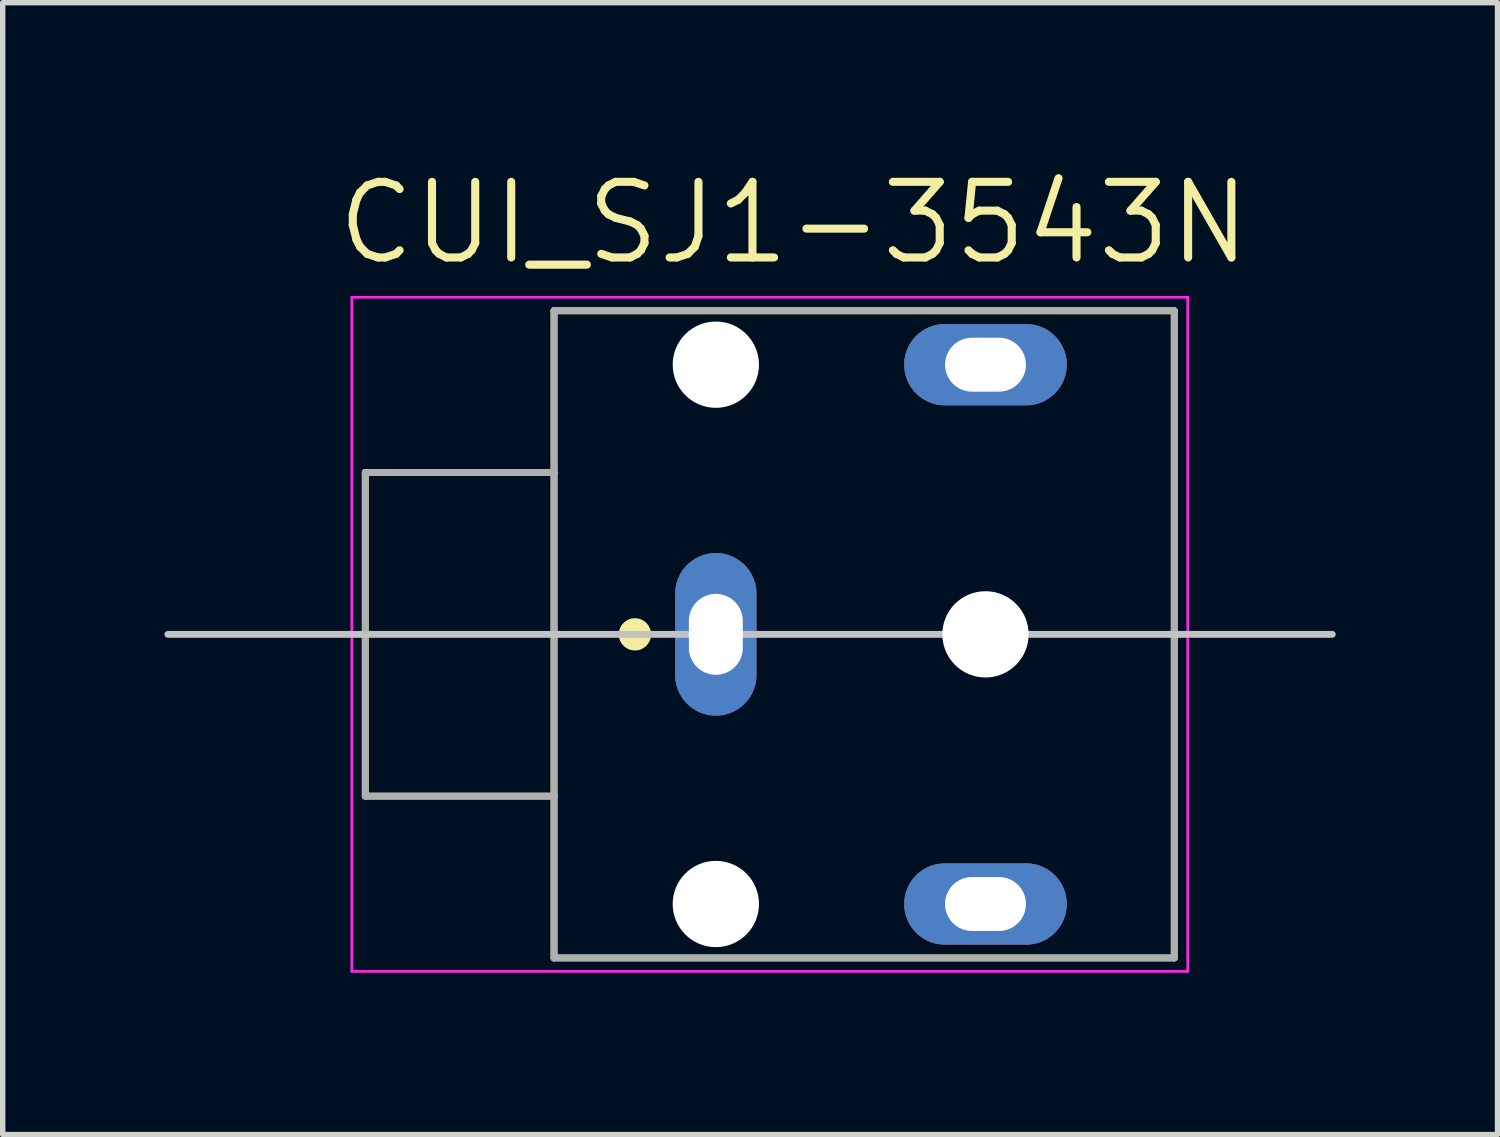
<source format=kicad_pcb>
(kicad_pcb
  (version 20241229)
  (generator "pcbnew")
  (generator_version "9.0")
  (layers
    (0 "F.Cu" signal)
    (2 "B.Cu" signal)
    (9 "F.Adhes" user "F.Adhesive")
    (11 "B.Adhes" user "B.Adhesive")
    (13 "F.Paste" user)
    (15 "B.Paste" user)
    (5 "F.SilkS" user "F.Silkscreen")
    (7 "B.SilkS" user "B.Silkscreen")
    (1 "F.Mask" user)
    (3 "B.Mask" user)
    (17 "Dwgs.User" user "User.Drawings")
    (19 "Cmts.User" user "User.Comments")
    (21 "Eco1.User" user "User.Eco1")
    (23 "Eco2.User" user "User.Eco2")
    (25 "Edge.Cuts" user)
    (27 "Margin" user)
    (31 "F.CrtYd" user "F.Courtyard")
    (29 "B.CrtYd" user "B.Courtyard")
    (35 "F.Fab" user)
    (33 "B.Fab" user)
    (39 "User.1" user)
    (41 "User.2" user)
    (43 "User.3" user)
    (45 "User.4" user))
  (footprint "CUI_SJ1-3543N"
    (layer "F.Cu")
    (at 10.223 8.712)
    (property "Reference" "CUI_SJ1-3543N" (at 1.447 -7.629 0) (layer "F.SilkS") (effects (font (size 1.402 1.402) (thickness 0.15))))
    (attr through_hole)
    (fp_line (start -6.5 -3) (end -6.5 3) (stroke (width 0.127) (type solid)) (layer "F.SilkS"))
    (fp_line (start -6.5 3) (end -3 3) (stroke (width 0.127) (type solid)) (layer "F.SilkS"))
    (fp_line (start -3 -6) (end -3 -3) (stroke (width 0.127) (type solid)) (layer "F.SilkS"))
    (fp_line (start -3 -6) (end 8.5 -6) (stroke (width 0.127) (type solid)) (layer "F.SilkS"))
    (fp_line (start -3 -3) (end -6.5 -3) (stroke (width 0.127) (type solid)) (layer "F.SilkS"))
    (fp_line (start -3 -3) (end -3 3) (stroke (width 0.127) (type solid)) (layer "F.SilkS"))
    (fp_line (start -3 3) (end -3 6) (stroke (width 0.127) (type solid)) (layer "F.SilkS"))
    (fp_line (start 8.5 -6) (end 8.5 6) (stroke (width 0.127) (type solid)) (layer "F.SilkS"))
    (fp_line (start 8.5 6) (end -3 6) (stroke (width 0.127) (type solid)) (layer "F.SilkS"))
    (fp_circle (center -1.5 0) (end -1.35 0) (stroke (width 0.3) (type solid)) (fill no) (layer "F.SilkS"))
    (fp_line (start -10.16 0) (end 11.43 0) (stroke (width 0.127) (type solid)) (layer "Dwgs.User"))
    (fp_line (start -6.75 -6.25) (end 8.75 -6.25) (stroke (width 0.05) (type solid)) (layer "F.CrtYd"))
    (fp_line (start -6.75 6.25) (end -6.75 -6.25) (stroke (width 0.05) (type solid)) (layer "F.CrtYd"))
    (fp_line (start 8.75 -6.25) (end 8.75 6.25) (stroke (width 0.05) (type solid)) (layer "F.CrtYd"))
    (fp_line (start 8.75 6.25) (end -6.75 6.25) (stroke (width 0.05) (type solid)) (layer "F.CrtYd"))
    (fp_line (start -6.5 -3) (end -6.5 3) (stroke (width 0.127) (type solid)) (layer "F.Fab"))
    (fp_line (start -6.5 3) (end -3 3) (stroke (width 0.127) (type solid)) (layer "F.Fab"))
    (fp_line (start -3 -6) (end 8.5 -6) (stroke (width 0.127) (type solid)) (layer "F.Fab"))
    (fp_line (start -3 -3) (end -6.5 -3) (stroke (width 0.127) (type solid)) (layer "F.Fab"))
    (fp_line (start -3 -3) (end -3 -6) (stroke (width 0.127) (type solid)) (layer "F.Fab"))
    (fp_line (start -3 3) (end -3 -3) (stroke (width 0.127) (type solid)) (layer "F.Fab"))
    (fp_line (start -3 6) (end -3 3) (stroke (width 0.127) (type solid)) (layer "F.Fab"))
    (fp_line (start 8.5 -6) (end 8.5 6) (stroke (width 0.127) (type solid)) (layer "F.Fab"))
    (fp_line (start 8.5 6) (end -3 6) (stroke (width 0.127) (type solid)) (layer "F.Fab"))
    (pad "" np_thru_hole circle (at 0 -5) (size 1.6 1.6) (drill 1.6) (layers "*.Cu" "*.Mask"))
    (pad "" np_thru_hole circle (at 0 5) (size 1.6 1.6) (drill 1.6) (layers "*.Cu" "*.Mask"))
    (pad "" np_thru_hole circle (at 5 0) (size 1.6 1.6) (drill 1.6) (layers "*.Cu" "*.Mask"))
    (pad "1" thru_hole oval (at 0 0) (size 1.508 3.016) (drill oval 1 1.5) (layers "*.Cu" "*.Mask"))
    (pad "2" thru_hole oval (at 5 5) (size 3.016 1.508) (drill oval 1.5 1) (layers "*.Cu" "*.Mask"))
    (pad "3" thru_hole oval (at 5 -5) (size 3.016 1.508) (drill oval 1.5 1) (layers "*.Cu" "*.Mask")))
  (gr_rect
    (start -3 -3)
    (end 24.717 17.987)
    (stroke (width 0.1) (type default))
    (fill no)
    (layer "Edge.Cuts")))
</source>
